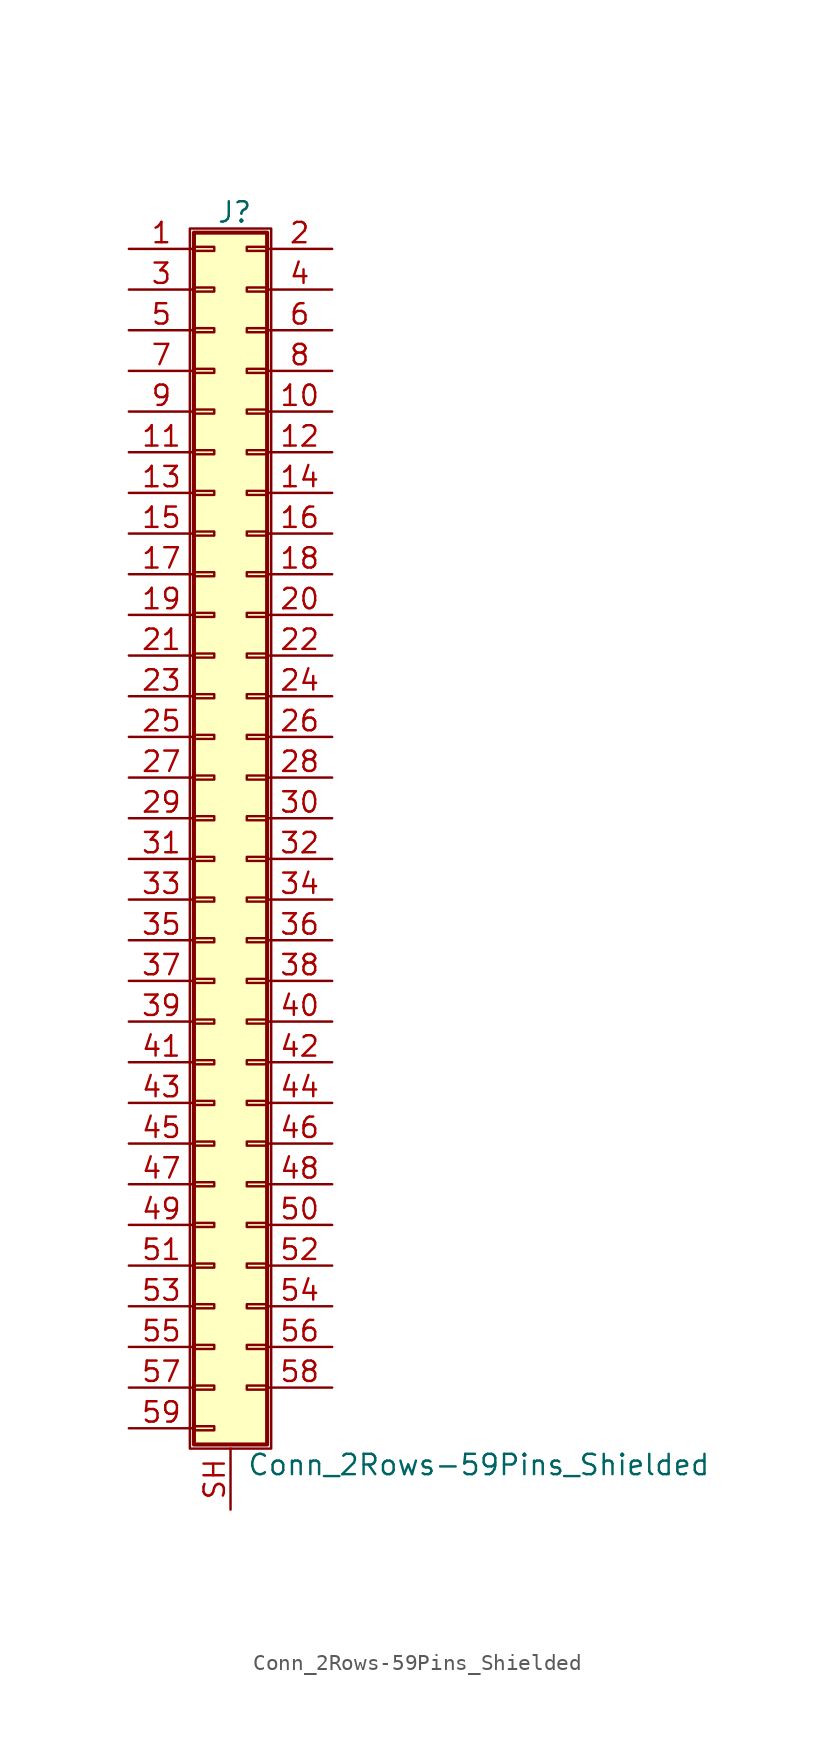
<source format=kicad_sym>
(kicad_symbol_lib
  (version 20201005)
  (generator kicad_symbol_editor)
  (symbol "Conn_2Rows-59Pins_Shielded"
    (pin_names
      (offset 1.016) hide)
    (property "Reference" "J"
      (at 1.524 37.846 0)
      (effects (font (size 1.27 1.27))))
    (property "Value" "Conn_2Rows-59Pins_Shielded"
      (at 2.286 -40.386 0)
      (effects (font (size 1.27 1.27)) (justify left)))
    (symbol "Conn_2Rows-59Pins_Shielded_1_1"
      (rectangle (start -1.27 36.83) (end 3.81 -39.37) (stroke (width 0.152)) (fill (type none)))
      (rectangle (start -1.016 -37.973) (end 0.254 -38.227) (stroke (width 0.152)) (fill (type none)))
      (rectangle (start -1.016 -35.433) (end 0.254 -35.687) (stroke (width 0.152)) (fill (type none)))
      (rectangle (start -1.016 -32.893) (end 0.254 -33.147) (stroke (width 0.152)) (fill (type none)))
      (rectangle (start -1.016 -30.353) (end 0.254 -30.607) (stroke (width 0.152)) (fill (type none)))
      (rectangle (start -1.016 -27.813) (end 0.254 -28.067) (stroke (width 0.152)) (fill (type none)))
      (rectangle (start -1.016 -25.273) (end 0.254 -25.527) (stroke (width 0.152)) (fill (type none)))
      (rectangle (start -1.016 -22.733) (end 0.254 -22.987) (stroke (width 0.152)) (fill (type none)))
      (rectangle (start -1.016 -20.193) (end 0.254 -20.447) (stroke (width 0.152)) (fill (type none)))
      (rectangle (start -1.016 -17.653) (end 0.254 -17.907) (stroke (width 0.152)) (fill (type none)))
      (rectangle (start -1.016 -15.113) (end 0.254 -15.367) (stroke (width 0.152)) (fill (type none)))
      (rectangle (start -1.016 -12.573) (end 0.254 -12.827) (stroke (width 0.152)) (fill (type none)))
      (rectangle (start -1.016 -10.033) (end 0.254 -10.287) (stroke (width 0.152)) (fill (type none)))
      (rectangle (start -1.016 -7.493) (end 0.254 -7.747) (stroke (width 0.152)) (fill (type none)))
      (rectangle (start -1.016 -4.953) (end 0.254 -5.207) (stroke (width 0.152)) (fill (type none)))
      (rectangle (start -1.016 -2.413) (end 0.254 -2.667) (stroke (width 0.152)) (fill (type none)))
      (rectangle (start -1.016 0.127) (end 0.254 -0.127) (stroke (width 0.152)) (fill (type none)))
      (rectangle (start -1.016 2.667) (end 0.254 2.413) (stroke (width 0.152)) (fill (type none)))
      (rectangle (start -1.016 5.207) (end 0.254 4.953) (stroke (width 0.152)) (fill (type none)))
      (rectangle (start -1.016 7.747) (end 0.254 7.493) (stroke (width 0.152)) (fill (type none)))
      (rectangle (start -1.016 10.287) (end 0.254 10.033) (stroke (width 0.152)) (fill (type none)))
      (rectangle (start -1.016 12.827) (end 0.254 12.573) (stroke (width 0.152)) (fill (type none)))
      (rectangle (start -1.016 15.367) (end 0.254 15.113) (stroke (width 0.152)) (fill (type none)))
      (rectangle (start -1.016 17.907) (end 0.254 17.653) (stroke (width 0.152)) (fill (type none)))
      (rectangle (start -1.016 20.447) (end 0.254 20.193) (stroke (width 0.152)) (fill (type none)))
      (rectangle (start -1.016 22.987) (end 0.254 22.733) (stroke (width 0.152)) (fill (type none)))
      (rectangle (start -1.016 25.527) (end 0.254 25.273) (stroke (width 0.152)) (fill (type none)))
      (rectangle (start -1.016 28.067) (end 0.254 27.813) (stroke (width 0.152)) (fill (type none)))
      (rectangle (start -1.016 30.607) (end 0.254 30.353) (stroke (width 0.152)) (fill (type none)))
      (rectangle (start -1.016 33.147) (end 0.254 32.893) (stroke (width 0.152)) (fill (type none)))
      (rectangle (start -1.016 35.687) (end 0.254 35.433) (stroke (width 0.152)) (fill (type none)))
      (rectangle (start 3.556 -35.433) (end 2.286 -35.687) (stroke (width 0.152)) (fill (type none)))
      (rectangle (start 3.556 -32.893) (end 2.286 -33.147) (stroke (width 0.152)) (fill (type none)))
      (rectangle (start 3.556 -30.353) (end 2.286 -30.607) (stroke (width 0.152)) (fill (type none)))
      (rectangle (start 3.556 -27.813) (end 2.286 -28.067) (stroke (width 0.152)) (fill (type none)))
      (rectangle (start 3.556 -25.273) (end 2.286 -25.527) (stroke (width 0.152)) (fill (type none)))
      (rectangle (start 3.556 -22.733) (end 2.286 -22.987) (stroke (width 0.152)) (fill (type none)))
      (rectangle (start 3.556 -20.193) (end 2.286 -20.447) (stroke (width 0.152)) (fill (type none)))
      (rectangle (start 3.556 -17.653) (end 2.286 -17.907) (stroke (width 0.152)) (fill (type none)))
      (rectangle (start 3.556 -15.113) (end 2.286 -15.367) (stroke (width 0.152)) (fill (type none)))
      (rectangle (start 3.556 -12.573) (end 2.286 -12.827) (stroke (width 0.152)) (fill (type none)))
      (rectangle (start 3.556 -10.033) (end 2.286 -10.287) (stroke (width 0.152)) (fill (type none)))
      (rectangle (start 3.556 -7.493) (end 2.286 -7.747) (stroke (width 0.152)) (fill (type none)))
      (rectangle (start 3.556 -4.953) (end 2.286 -5.207) (stroke (width 0.152)) (fill (type none)))
      (rectangle (start 3.556 -2.413) (end 2.286 -2.667) (stroke (width 0.152)) (fill (type none)))
      (rectangle (start 3.556 0.127) (end 2.286 -0.127) (stroke (width 0.152)) (fill (type none)))
      (rectangle (start 3.556 2.667) (end 2.286 2.413) (stroke (width 0.152)) (fill (type none)))
      (rectangle (start 3.556 5.207) (end 2.286 4.953) (stroke (width 0.152)) (fill (type none)))
      (rectangle (start 3.556 7.747) (end 2.286 7.493) (stroke (width 0.152)) (fill (type none)))
      (rectangle (start 3.556 10.287) (end 2.286 10.033) (stroke (width 0.152)) (fill (type none)))
      (rectangle (start 3.556 12.827) (end 2.286 12.573) (stroke (width 0.152)) (fill (type none)))
      (rectangle (start 3.556 15.367) (end 2.286 15.113) (stroke (width 0.152)) (fill (type none)))
      (rectangle (start 3.556 17.907) (end 2.286 17.653) (stroke (width 0.152)) (fill (type none)))
      (rectangle (start 3.556 20.447) (end 2.286 20.193) (stroke (width 0.152)) (fill (type none)))
      (rectangle (start 3.556 22.987) (end 2.286 22.733) (stroke (width 0.152)) (fill (type none)))
      (rectangle (start 3.556 25.527) (end 2.286 25.273) (stroke (width 0.152)) (fill (type none)))
      (rectangle (start 3.556 28.067) (end 2.286 27.813) (stroke (width 0.152)) (fill (type none)))
      (rectangle (start 3.556 30.607) (end 2.286 30.353) (stroke (width 0.152)) (fill (type none)))
      (rectangle (start 3.556 33.147) (end 2.286 32.893) (stroke (width 0.152)) (fill (type none)))
      (rectangle (start 3.556 35.687) (end 2.286 35.433) (stroke (width 0.152)) (fill (type none)))
      (rectangle (start -1.016 36.576) (end 3.556 -39.116) (stroke (width 0.254)) (fill (type background)))
      (pin passive line (at -5.08 35.56 0) (length 4.064) (name "Pin_1" (effects (font (size 1.27 1.27)))) (number "1" (effects (font (size 1.27 1.27)))))
      (pin passive line (at 7.62 25.4 180) (length 4.064) (name "Pin_10" (effects (font (size 1.27 1.27)))) (number "10" (effects (font (size 1.27 1.27)))))
      (pin passive line (at -5.08 22.86 0) (length 4.064) (name "Pin_11" (effects (font (size 1.27 1.27)))) (number "11" (effects (font (size 1.27 1.27)))))
      (pin passive line (at 7.62 22.86 180) (length 4.064) (name "Pin_12" (effects (font (size 1.27 1.27)))) (number "12" (effects (font (size 1.27 1.27)))))
      (pin passive line (at -5.08 20.32 0) (length 4.064) (name "Pin_13" (effects (font (size 1.27 1.27)))) (number "13" (effects (font (size 1.27 1.27)))))
      (pin passive line (at 7.62 20.32 180) (length 4.064) (name "Pin_14" (effects (font (size 1.27 1.27)))) (number "14" (effects (font (size 1.27 1.27)))))
      (pin passive line (at -5.08 17.78 0) (length 4.064) (name "Pin_15" (effects (font (size 1.27 1.27)))) (number "15" (effects (font (size 1.27 1.27)))))
      (pin passive line (at 7.62 17.78 180) (length 4.064) (name "Pin_16" (effects (font (size 1.27 1.27)))) (number "16" (effects (font (size 1.27 1.27)))))
      (pin passive line (at -5.08 15.24 0) (length 4.064) (name "Pin_17" (effects (font (size 1.27 1.27)))) (number "17" (effects (font (size 1.27 1.27)))))
      (pin passive line (at 7.62 15.24 180) (length 4.064) (name "Pin_18" (effects (font (size 1.27 1.27)))) (number "18" (effects (font (size 1.27 1.27)))))
      (pin passive line (at -5.08 12.7 0) (length 4.064) (name "Pin_19" (effects (font (size 1.27 1.27)))) (number "19" (effects (font (size 1.27 1.27)))))
      (pin passive line (at 7.62 35.56 180) (length 4.064) (name "Pin_2" (effects (font (size 1.27 1.27)))) (number "2" (effects (font (size 1.27 1.27)))))
      (pin passive line (at 7.62 12.7 180) (length 4.064) (name "Pin_20" (effects (font (size 1.27 1.27)))) (number "20" (effects (font (size 1.27 1.27)))))
      (pin passive line (at -5.08 10.16 0) (length 4.064) (name "Pin_21" (effects (font (size 1.27 1.27)))) (number "21" (effects (font (size 1.27 1.27)))))
      (pin passive line (at 7.62 10.16 180) (length 4.064) (name "Pin_22" (effects (font (size 1.27 1.27)))) (number "22" (effects (font (size 1.27 1.27)))))
      (pin passive line (at -5.08 7.62 0) (length 4.064) (name "Pin_23" (effects (font (size 1.27 1.27)))) (number "23" (effects (font (size 1.27 1.27)))))
      (pin passive line (at 7.62 7.62 180) (length 4.064) (name "Pin_24" (effects (font (size 1.27 1.27)))) (number "24" (effects (font (size 1.27 1.27)))))
      (pin passive line (at -5.08 5.08 0) (length 4.064) (name "Pin_25" (effects (font (size 1.27 1.27)))) (number "25" (effects (font (size 1.27 1.27)))))
      (pin passive line (at 7.62 5.08 180) (length 4.064) (name "Pin_26" (effects (font (size 1.27 1.27)))) (number "26" (effects (font (size 1.27 1.27)))))
      (pin passive line (at -5.08 2.54 0) (length 4.064) (name "Pin_27" (effects (font (size 1.27 1.27)))) (number "27" (effects (font (size 1.27 1.27)))))
      (pin passive line (at 7.62 2.54 180) (length 4.064) (name "Pin_28" (effects (font (size 1.27 1.27)))) (number "28" (effects (font (size 1.27 1.27)))))
      (pin passive line (at -5.08 0 0) (length 4.064) (name "Pin_29" (effects (font (size 1.27 1.27)))) (number "29" (effects (font (size 1.27 1.27)))))
      (pin passive line (at -5.08 33.02 0) (length 4.064) (name "Pin_3" (effects (font (size 1.27 1.27)))) (number "3" (effects (font (size 1.27 1.27)))))
      (pin passive line (at 7.62 0 180) (length 4.064) (name "Pin_30" (effects (font (size 1.27 1.27)))) (number "30" (effects (font (size 1.27 1.27)))))
      (pin passive line (at -5.08 -2.54 0) (length 4.064) (name "Pin_31" (effects (font (size 1.27 1.27)))) (number "31" (effects (font (size 1.27 1.27)))))
      (pin passive line (at 7.62 -2.54 180) (length 4.064) (name "Pin_32" (effects (font (size 1.27 1.27)))) (number "32" (effects (font (size 1.27 1.27)))))
      (pin passive line (at -5.08 -5.08 0) (length 4.064) (name "Pin_33" (effects (font (size 1.27 1.27)))) (number "33" (effects (font (size 1.27 1.27)))))
      (pin passive line (at 7.62 -5.08 180) (length 4.064) (name "Pin_34" (effects (font (size 1.27 1.27)))) (number "34" (effects (font (size 1.27 1.27)))))
      (pin passive line (at -5.08 -7.62 0) (length 4.064) (name "Pin_35" (effects (font (size 1.27 1.27)))) (number "35" (effects (font (size 1.27 1.27)))))
      (pin passive line (at 7.62 -7.62 180) (length 4.064) (name "Pin_36" (effects (font (size 1.27 1.27)))) (number "36" (effects (font (size 1.27 1.27)))))
      (pin passive line (at -5.08 -10.16 0) (length 4.064) (name "Pin_37" (effects (font (size 1.27 1.27)))) (number "37" (effects (font (size 1.27 1.27)))))
      (pin passive line (at 7.62 -10.16 180) (length 4.064) (name "Pin_38" (effects (font (size 1.27 1.27)))) (number "38" (effects (font (size 1.27 1.27)))))
      (pin passive line (at -5.08 -12.7 0) (length 4.064) (name "Pin_39" (effects (font (size 1.27 1.27)))) (number "39" (effects (font (size 1.27 1.27)))))
      (pin passive line (at 7.62 33.02 180) (length 4.064) (name "Pin_4" (effects (font (size 1.27 1.27)))) (number "4" (effects (font (size 1.27 1.27)))))
      (pin passive line (at 7.62 -12.7 180) (length 4.064) (name "Pin_40" (effects (font (size 1.27 1.27)))) (number "40" (effects (font (size 1.27 1.27)))))
      (pin passive line (at -5.08 -15.24 0) (length 4.064) (name "Pin_41" (effects (font (size 1.27 1.27)))) (number "41" (effects (font (size 1.27 1.27)))))
      (pin passive line (at 7.62 -15.24 180) (length 4.064) (name "Pin_42" (effects (font (size 1.27 1.27)))) (number "42" (effects (font (size 1.27 1.27)))))
      (pin passive line (at -5.08 -17.78 0) (length 4.064) (name "Pin_43" (effects (font (size 1.27 1.27)))) (number "43" (effects (font (size 1.27 1.27)))))
      (pin passive line (at 7.62 -17.78 180) (length 4.064) (name "Pin_44" (effects (font (size 1.27 1.27)))) (number "44" (effects (font (size 1.27 1.27)))))
      (pin passive line (at -5.08 -20.32 0) (length 4.064) (name "Pin_45" (effects (font (size 1.27 1.27)))) (number "45" (effects (font (size 1.27 1.27)))))
      (pin passive line (at 7.62 -20.32 180) (length 4.064) (name "Pin_46" (effects (font (size 1.27 1.27)))) (number "46" (effects (font (size 1.27 1.27)))))
      (pin passive line (at -5.08 -22.86 0) (length 4.064) (name "Pin_47" (effects (font (size 1.27 1.27)))) (number "47" (effects (font (size 1.27 1.27)))))
      (pin passive line (at 7.62 -22.86 180) (length 4.064) (name "Pin_48" (effects (font (size 1.27 1.27)))) (number "48" (effects (font (size 1.27 1.27)))))
      (pin passive line (at -5.08 -25.4 0) (length 4.064) (name "Pin_49" (effects (font (size 1.27 1.27)))) (number "49" (effects (font (size 1.27 1.27)))))
      (pin passive line (at -5.08 30.48 0) (length 4.064) (name "Pin_5" (effects (font (size 1.27 1.27)))) (number "5" (effects (font (size 1.27 1.27)))))
      (pin passive line (at 7.62 -25.4 180) (length 4.064) (name "Pin_50" (effects (font (size 1.27 1.27)))) (number "50" (effects (font (size 1.27 1.27)))))
      (pin passive line (at -5.08 -27.94 0) (length 4.064) (name "Pin_51" (effects (font (size 1.27 1.27)))) (number "51" (effects (font (size 1.27 1.27)))))
      (pin passive line (at 7.62 -27.94 180) (length 4.064) (name "Pin_52" (effects (font (size 1.27 1.27)))) (number "52" (effects (font (size 1.27 1.27)))))
      (pin passive line (at -5.08 -30.48 0) (length 4.064) (name "Pin_53" (effects (font (size 1.27 1.27)))) (number "53" (effects (font (size 1.27 1.27)))))
      (pin passive line (at 7.62 -30.48 180) (length 4.064) (name "Pin_54" (effects (font (size 1.27 1.27)))) (number "54" (effects (font (size 1.27 1.27)))))
      (pin passive line (at -5.08 -33.02 0) (length 4.064) (name "Pin_55" (effects (font (size 1.27 1.27)))) (number "55" (effects (font (size 1.27 1.27)))))
      (pin passive line (at 7.62 -33.02 180) (length 4.064) (name "Pin_56" (effects (font (size 1.27 1.27)))) (number "56" (effects (font (size 1.27 1.27)))))
      (pin passive line (at -5.08 -35.56 0) (length 4.064) (name "Pin_57" (effects (font (size 1.27 1.27)))) (number "57" (effects (font (size 1.27 1.27)))))
      (pin passive line (at 7.62 -35.56 180) (length 4.064) (name "Pin_58" (effects (font (size 1.27 1.27)))) (number "58" (effects (font (size 1.27 1.27)))))
      (pin passive line (at -5.08 -38.1 0) (length 4.064) (name "Pin_59" (effects (font (size 1.27 1.27)))) (number "59" (effects (font (size 1.27 1.27)))))
      (pin passive line (at 7.62 30.48 180) (length 4.064) (name "Pin_6" (effects (font (size 1.27 1.27)))) (number "6" (effects (font (size 1.27 1.27)))))
      (pin passive line (at -5.08 27.94 0) (length 4.064) (name "Pin_7" (effects (font (size 1.27 1.27)))) (number "7" (effects (font (size 1.27 1.27)))))
      (pin passive line (at 7.62 27.94 180) (length 4.064) (name "Pin_8" (effects (font (size 1.27 1.27)))) (number "8" (effects (font (size 1.27 1.27)))))
      (pin passive line (at -5.08 25.4 0) (length 4.064) (name "Pin_9" (effects (font (size 1.27 1.27)))) (number "9" (effects (font (size 1.27 1.27)))))
      (pin passive line (at 1.27 -43.18 90) (length 3.81) (name "Shield" (effects (font (size 1.27 1.27)))) (number "SH" (effects (font (size 1.27 1.27))))))))
</source>
